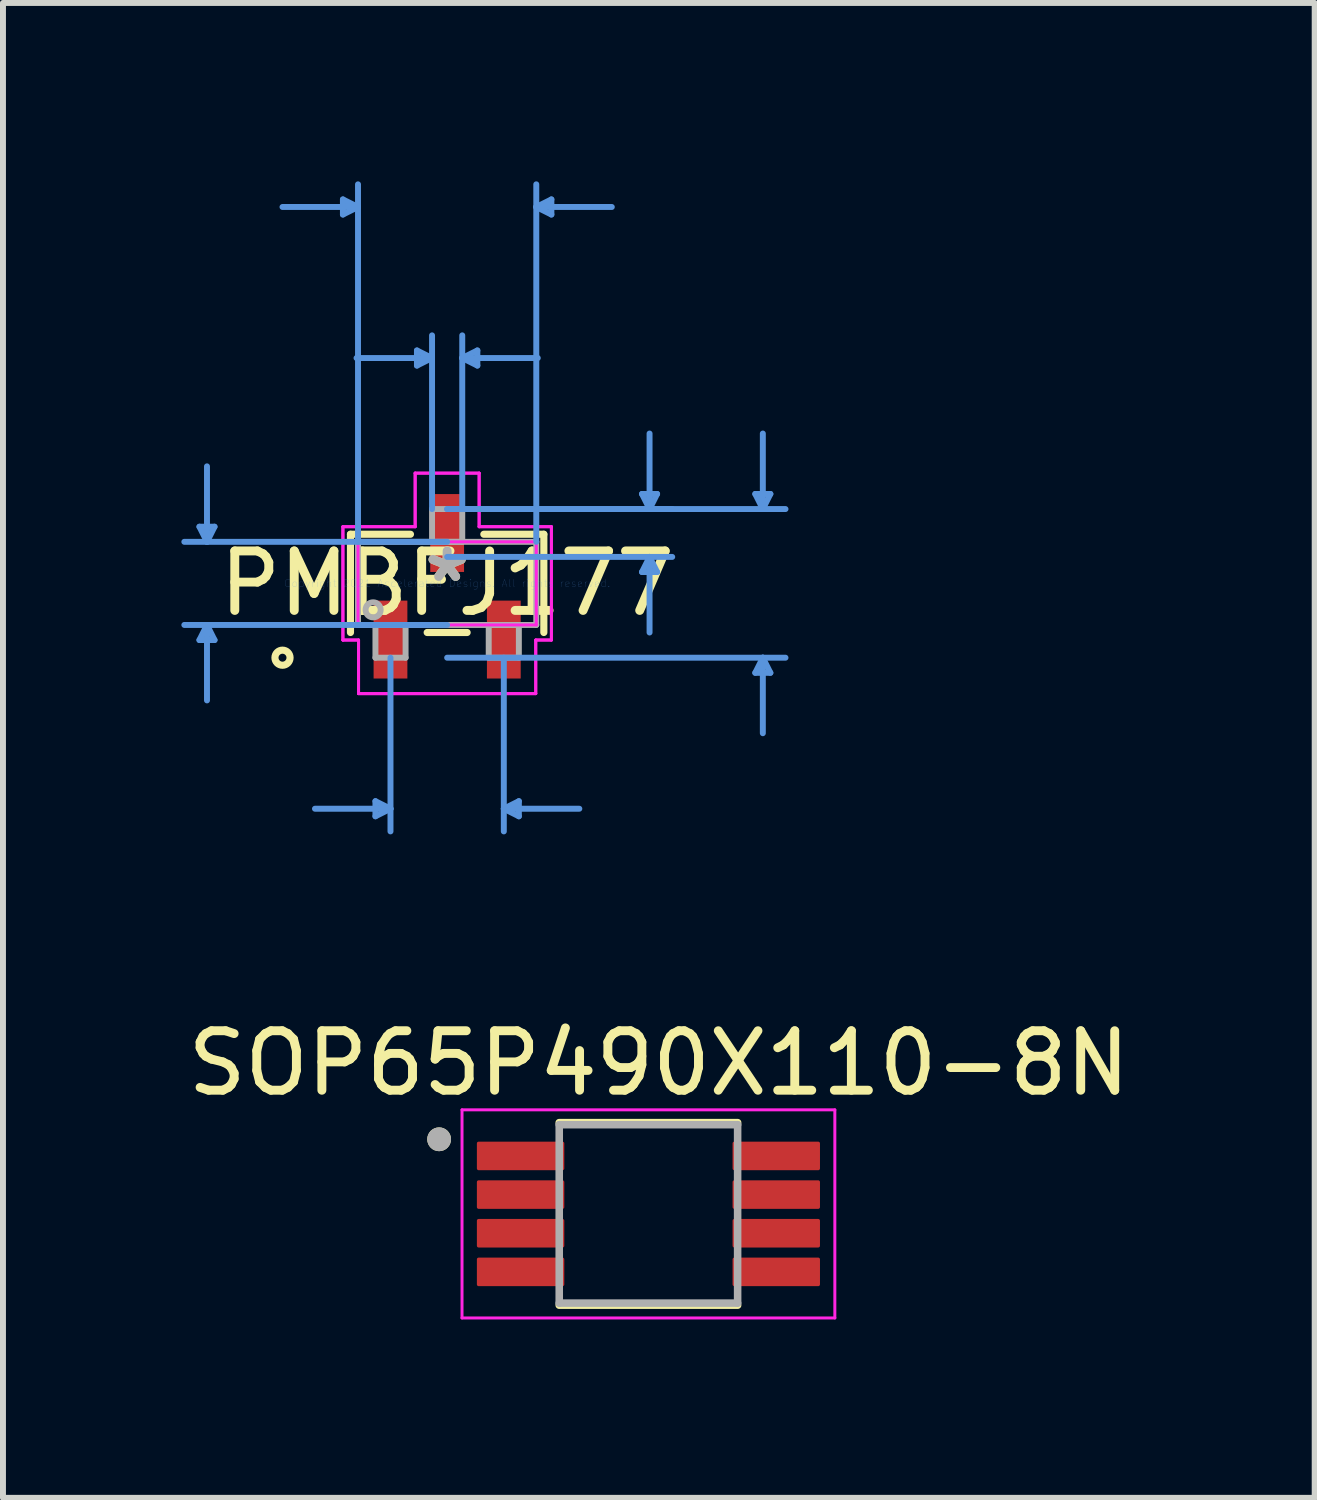
<source format=kicad_pcb>
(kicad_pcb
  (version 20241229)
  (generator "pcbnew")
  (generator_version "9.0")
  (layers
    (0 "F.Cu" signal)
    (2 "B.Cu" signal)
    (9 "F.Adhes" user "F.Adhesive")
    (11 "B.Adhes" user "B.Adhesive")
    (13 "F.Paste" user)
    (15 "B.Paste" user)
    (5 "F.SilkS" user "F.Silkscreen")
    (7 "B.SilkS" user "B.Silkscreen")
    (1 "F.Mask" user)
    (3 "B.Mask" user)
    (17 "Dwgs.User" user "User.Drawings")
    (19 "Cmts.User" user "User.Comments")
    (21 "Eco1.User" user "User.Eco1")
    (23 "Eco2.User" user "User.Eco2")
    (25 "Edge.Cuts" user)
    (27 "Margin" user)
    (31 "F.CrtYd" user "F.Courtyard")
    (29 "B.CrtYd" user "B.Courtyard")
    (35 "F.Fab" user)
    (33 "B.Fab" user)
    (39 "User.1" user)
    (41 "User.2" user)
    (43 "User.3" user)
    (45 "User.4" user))
  (footprint "SOP65P490X110-8N"
    (layer "F.Cu")
    (at 7.855 17.365)
    (property "Reference" "SOP65P490X110-8N" (at 0.175 -2.535 0) (layer "F.SilkS") (effects (font (size 1 1) (thickness 0.15))))
    (attr through_hole)
    (fp_line (start -1.5 -1.535) (end 1.5 -1.535) (stroke (width 0.127) (type solid)) (layer "F.SilkS"))
    (fp_line (start -1.5 1.535) (end 1.5 1.535) (stroke (width 0.127) (type solid)) (layer "F.SilkS"))
    (fp_circle (center -3.52 -1.255) (end -3.42 -1.255) (stroke (width 0.2) (type solid)) (fill no) (layer "F.SilkS"))
    (fp_line (start -3.135 -1.75) (end -3.135 1.75) (stroke (width 0.05) (type solid)) (layer "F.CrtYd"))
    (fp_line (start -3.135 -1.75) (end 3.135 -1.75) (stroke (width 0.05) (type solid)) (layer "F.CrtYd"))
    (fp_line (start -3.135 1.75) (end 3.135 1.75) (stroke (width 0.05) (type solid)) (layer "F.CrtYd"))
    (fp_line (start 3.135 -1.75) (end 3.135 1.75) (stroke (width 0.05) (type solid)) (layer "F.CrtYd"))
    (fp_line (start -1.5 -1.5) (end -1.5 1.5) (stroke (width 0.127) (type solid)) (layer "F.Fab"))
    (fp_line (start -1.5 -1.5) (end 1.5 -1.5) (stroke (width 0.127) (type solid)) (layer "F.Fab"))
    (fp_line (start -1.5 1.5) (end 1.5 1.5) (stroke (width 0.127) (type solid)) (layer "F.Fab"))
    (fp_line (start 1.5 -1.5) (end 1.5 1.5) (stroke (width 0.127) (type solid)) (layer "F.Fab"))
    (fp_circle (center -3.52 -1.255) (end -3.42 -1.255) (stroke (width 0.2) (type solid)) (fill no) (layer "F.Fab"))
    (pad "1" smd roundrect (at -2.15 -0.975) (size 1.47 0.48) (layers "F.Cu" "F.Mask" "F.Paste") (roundrect_rratio 0.06))
    (pad "2" smd roundrect (at -2.15 -0.325) (size 1.47 0.48) (layers "F.Cu" "F.Mask" "F.Paste") (roundrect_rratio 0.06))
    (pad "3" smd roundrect (at -2.15 0.325) (size 1.47 0.48) (layers "F.Cu" "F.Mask" "F.Paste") (roundrect_rratio 0.06))
    (pad "4" smd roundrect (at -2.15 0.975) (size 1.47 0.48) (layers "F.Cu" "F.Mask" "F.Paste") (roundrect_rratio 0.06))
    (pad "5" smd roundrect (at 2.15 0.975) (size 1.47 0.48) (layers "F.Cu" "F.Mask" "F.Paste") (roundrect_rratio 0.06))
    (pad "6" smd roundrect (at 2.15 0.325) (size 1.47 0.48) (layers "F.Cu" "F.Mask" "F.Paste") (roundrect_rratio 0.06))
    (pad "7" smd roundrect (at 2.15 -0.325) (size 1.47 0.48) (layers "F.Cu" "F.Mask" "F.Paste") (roundrect_rratio 0.06))
    (pad "8" smd roundrect (at 2.15 -0.975) (size 1.47 0.48) (layers "F.Cu" "F.Mask" "F.Paste") (roundrect_rratio 0.06)))
  (footprint "PMBFJ177"
    (layer "F.Cu")
    (at 4.47 6.761)
    (property "Reference" "PMBFJ177" (at 0 0 0) (layer "F.SilkS") (effects (font (size 1 1) (thickness 0.15))))
    (attr through_hole)
    (fp_line (start -1.626 -0.826) (end -1.626 0.826) (stroke (width 0.12) (type solid)) (layer "F.SilkS"))
    (fp_line (start -0.617 -0.826) (end -1.626 -0.826) (stroke (width 0.12) (type solid)) (layer "F.SilkS"))
    (fp_line (start -0.336 0.826) (end 0.336 0.826) (stroke (width 0.12) (type solid)) (layer "F.SilkS"))
    (fp_line (start 1.626 -0.826) (end 0.617 -0.826) (stroke (width 0.12) (type solid)) (layer "F.SilkS"))
    (fp_line (start 1.626 0.826) (end 1.626 -0.826) (stroke (width 0.12) (type solid)) (layer "F.SilkS"))
    (fp_circle (center -2.769 1.25) (end -2.642 1.25) (stroke (width 0.12) (type solid)) (fill no) (layer "F.SilkS"))
    (fp_line (start -4.166 -0.953) (end -3.912 -0.953) (stroke (width 0.1) (type solid)) (layer "Cmts.User"))
    (fp_line (start -4.166 0.953) (end -3.912 0.953) (stroke (width 0.1) (type solid)) (layer "Cmts.User"))
    (fp_line (start -4.039 -0.699) (end -4.166 -0.953) (stroke (width 0.1) (type solid)) (layer "Cmts.User"))
    (fp_line (start -4.039 -0.699) (end -4.039 -1.968) (stroke (width 0.1) (type solid)) (layer "Cmts.User"))
    (fp_line (start -4.039 -0.699) (end -3.912 -0.953) (stroke (width 0.1) (type solid)) (layer "Cmts.User"))
    (fp_line (start -4.039 0.699) (end -4.166 0.953) (stroke (width 0.1) (type solid)) (layer "Cmts.User"))
    (fp_line (start -4.039 0.699) (end -4.039 1.968) (stroke (width 0.1) (type solid)) (layer "Cmts.User"))
    (fp_line (start -4.039 0.699) (end -3.912 0.953) (stroke (width 0.1) (type solid)) (layer "Cmts.User"))
    (fp_line (start -1.753 -6.457) (end -1.753 -6.203) (stroke (width 0.1) (type solid)) (layer "Cmts.User"))
    (fp_line (start -1.499 -6.33) (end -2.769 -6.33) (stroke (width 0.1) (type solid)) (layer "Cmts.User"))
    (fp_line (start -1.499 -6.33) (end -1.753 -6.457) (stroke (width 0.1) (type solid)) (layer "Cmts.User"))
    (fp_line (start -1.499 -6.33) (end -1.753 -6.203) (stroke (width 0.1) (type solid)) (layer "Cmts.User"))
    (fp_line (start -1.499 -0.699) (end -1.499 -6.711) (stroke (width 0.1) (type solid)) (layer "Cmts.User"))
    (fp_line (start -1.206 3.663) (end -1.206 3.917) (stroke (width 0.1) (type solid)) (layer "Cmts.User"))
    (fp_line (start -0.953 1.25) (end -0.953 4.171) (stroke (width 0.1) (type solid)) (layer "Cmts.User"))
    (fp_line (start -0.953 3.79) (end -2.223 3.79) (stroke (width 0.1) (type solid)) (layer "Cmts.User"))
    (fp_line (start -0.953 3.79) (end -1.206 3.663) (stroke (width 0.1) (type solid)) (layer "Cmts.User"))
    (fp_line (start -0.953 3.79) (end -1.206 3.917) (stroke (width 0.1) (type solid)) (layer "Cmts.User"))
    (fp_line (start -0.508 -3.917) (end -0.508 -3.663) (stroke (width 0.1) (type solid)) (layer "Cmts.User"))
    (fp_line (start -0.254 -3.79) (end -1.524 -3.79) (stroke (width 0.1) (type solid)) (layer "Cmts.User"))
    (fp_line (start -0.254 -3.79) (end -0.508 -3.917) (stroke (width 0.1) (type solid)) (layer "Cmts.User"))
    (fp_line (start -0.254 -3.79) (end -0.508 -3.663) (stroke (width 0.1) (type solid)) (layer "Cmts.User"))
    (fp_line (start -0.254 -1.25) (end -0.254 -4.171) (stroke (width 0.1) (type solid)) (layer "Cmts.User"))
    (fp_line (start 0 -1.25) (end 3.785 -1.25) (stroke (width 0.1) (type solid)) (layer "Cmts.User"))
    (fp_line (start 0 -1.25) (end 5.69 -1.25) (stroke (width 0.1) (type solid)) (layer "Cmts.User"))
    (fp_line (start 0 -0.699) (end -4.42 -0.699) (stroke (width 0.1) (type solid)) (layer "Cmts.User"))
    (fp_line (start 0 -0.445) (end 3.785 -0.445) (stroke (width 0.1) (type solid)) (layer "Cmts.User"))
    (fp_line (start 0 0.699) (end -4.42 0.699) (stroke (width 0.1) (type solid)) (layer "Cmts.User"))
    (fp_line (start 0 1.25) (end 5.69 1.25) (stroke (width 0.1) (type solid)) (layer "Cmts.User"))
    (fp_line (start 0.254 -3.79) (end 0.508 -3.917) (stroke (width 0.1) (type solid)) (layer "Cmts.User"))
    (fp_line (start 0.254 -3.79) (end 0.508 -3.663) (stroke (width 0.1) (type solid)) (layer "Cmts.User"))
    (fp_line (start 0.254 -3.79) (end 1.524 -3.79) (stroke (width 0.1) (type solid)) (layer "Cmts.User"))
    (fp_line (start 0.254 -1.25) (end 0.254 -4.171) (stroke (width 0.1) (type solid)) (layer "Cmts.User"))
    (fp_line (start 0.508 -3.917) (end 0.508 -3.663) (stroke (width 0.1) (type solid)) (layer "Cmts.User"))
    (fp_line (start 0.953 1.25) (end 0.953 4.171) (stroke (width 0.1) (type solid)) (layer "Cmts.User"))
    (fp_line (start 0.953 3.79) (end 1.206 3.663) (stroke (width 0.1) (type solid)) (layer "Cmts.User"))
    (fp_line (start 0.953 3.79) (end 1.206 3.917) (stroke (width 0.1) (type solid)) (layer "Cmts.User"))
    (fp_line (start 0.953 3.79) (end 2.223 3.79) (stroke (width 0.1) (type solid)) (layer "Cmts.User"))
    (fp_line (start 1.206 3.663) (end 1.206 3.917) (stroke (width 0.1) (type solid)) (layer "Cmts.User"))
    (fp_line (start 1.499 -6.33) (end 1.753 -6.457) (stroke (width 0.1) (type solid)) (layer "Cmts.User"))
    (fp_line (start 1.499 -6.33) (end 1.753 -6.203) (stroke (width 0.1) (type solid)) (layer "Cmts.User"))
    (fp_line (start 1.499 -6.33) (end 2.769 -6.33) (stroke (width 0.1) (type solid)) (layer "Cmts.User"))
    (fp_line (start 1.499 -0.699) (end 1.499 -6.711) (stroke (width 0.1) (type solid)) (layer "Cmts.User"))
    (fp_line (start 1.753 -6.457) (end 1.753 -6.203) (stroke (width 0.1) (type solid)) (layer "Cmts.User"))
    (fp_line (start 3.277 -1.504) (end 3.531 -1.504) (stroke (width 0.1) (type solid)) (layer "Cmts.User"))
    (fp_line (start 3.277 -0.191) (end 3.531 -0.191) (stroke (width 0.1) (type solid)) (layer "Cmts.User"))
    (fp_line (start 3.404 -1.25) (end 3.277 -1.504) (stroke (width 0.1) (type solid)) (layer "Cmts.User"))
    (fp_line (start 3.404 -1.25) (end 3.404 -2.52) (stroke (width 0.1) (type solid)) (layer "Cmts.User"))
    (fp_line (start 3.404 -1.25) (end 3.531 -1.504) (stroke (width 0.1) (type solid)) (layer "Cmts.User"))
    (fp_line (start 3.404 -0.445) (end 3.277 -0.191) (stroke (width 0.1) (type solid)) (layer "Cmts.User"))
    (fp_line (start 3.404 -0.445) (end 3.404 0.826) (stroke (width 0.1) (type solid)) (layer "Cmts.User"))
    (fp_line (start 3.404 -0.445) (end 3.531 -0.191) (stroke (width 0.1) (type solid)) (layer "Cmts.User"))
    (fp_line (start 5.182 -1.504) (end 5.436 -1.504) (stroke (width 0.1) (type solid)) (layer "Cmts.User"))
    (fp_line (start 5.182 1.504) (end 5.436 1.504) (stroke (width 0.1) (type solid)) (layer "Cmts.User"))
    (fp_line (start 5.309 -1.25) (end 5.182 -1.504) (stroke (width 0.1) (type solid)) (layer "Cmts.User"))
    (fp_line (start 5.309 -1.25) (end 5.309 -2.52) (stroke (width 0.1) (type solid)) (layer "Cmts.User"))
    (fp_line (start 5.309 -1.25) (end 5.436 -1.504) (stroke (width 0.1) (type solid)) (layer "Cmts.User"))
    (fp_line (start 5.309 1.25) (end 5.182 1.504) (stroke (width 0.1) (type solid)) (layer "Cmts.User"))
    (fp_line (start 5.309 1.25) (end 5.309 2.52) (stroke (width 0.1) (type solid)) (layer "Cmts.User"))
    (fp_line (start 5.309 1.25) (end 5.436 1.504) (stroke (width 0.1) (type solid)) (layer "Cmts.User"))
    (fp_line (start -1.753 -0.953) (end -0.538 -0.953) (stroke (width 0.05) (type solid)) (layer "F.CrtYd"))
    (fp_line (start -1.753 -0.953) (end -0.538 -0.953) (stroke (width 0.05) (type solid)) (layer "F.CrtYd"))
    (fp_line (start -1.753 0.953) (end -1.753 -0.953) (stroke (width 0.05) (type solid)) (layer "F.CrtYd"))
    (fp_line (start -1.753 0.953) (end -1.753 -0.953) (stroke (width 0.05) (type solid)) (layer "F.CrtYd"))
    (fp_line (start -1.753 0.953) (end -1.49 0.953) (stroke (width 0.05) (type solid)) (layer "F.CrtYd"))
    (fp_line (start -1.499 -0.699) (end 1.499 -0.699) (stroke (width 0.05) (type solid)) (layer "F.CrtYd"))
    (fp_line (start -1.499 0.699) (end -1.499 -0.699) (stroke (width 0.05) (type solid)) (layer "F.CrtYd"))
    (fp_line (start -1.49 0.953) (end -1.753 0.953) (stroke (width 0.05) (type solid)) (layer "F.CrtYd"))
    (fp_line (start -1.49 0.953) (end -1.49 1.854) (stroke (width 0.05) (type solid)) (layer "F.CrtYd"))
    (fp_line (start -1.49 1.854) (end -1.49 0.953) (stroke (width 0.05) (type solid)) (layer "F.CrtYd"))
    (fp_line (start -1.49 1.854) (end 1.49 1.854) (stroke (width 0.05) (type solid)) (layer "F.CrtYd"))
    (fp_line (start -0.538 -1.854) (end 0.538 -1.854) (stroke (width 0.05) (type solid)) (layer "F.CrtYd"))
    (fp_line (start -0.538 -1.854) (end 0.538 -1.854) (stroke (width 0.05) (type solid)) (layer "F.CrtYd"))
    (fp_line (start -0.538 -0.953) (end -0.538 -1.854) (stroke (width 0.05) (type solid)) (layer "F.CrtYd"))
    (fp_line (start -0.538 -0.953) (end -0.538 -1.854) (stroke (width 0.05) (type solid)) (layer "F.CrtYd"))
    (fp_line (start 0.538 -1.854) (end 0.538 -0.953) (stroke (width 0.05) (type solid)) (layer "F.CrtYd"))
    (fp_line (start 0.538 -0.953) (end 0.538 -1.854) (stroke (width 0.05) (type solid)) (layer "F.CrtYd"))
    (fp_line (start 0.538 -0.953) (end 1.753 -0.953) (stroke (width 0.05) (type solid)) (layer "F.CrtYd"))
    (fp_line (start 1.49 0.953) (end 1.49 1.854) (stroke (width 0.05) (type solid)) (layer "F.CrtYd"))
    (fp_line (start 1.49 0.953) (end 1.49 1.854) (stroke (width 0.05) (type solid)) (layer "F.CrtYd"))
    (fp_line (start 1.49 1.854) (end -1.49 1.854) (stroke (width 0.05) (type solid)) (layer "F.CrtYd"))
    (fp_line (start 1.499 -0.699) (end 1.499 0.699) (stroke (width 0.05) (type solid)) (layer "F.CrtYd"))
    (fp_line (start 1.499 0.699) (end -1.499 0.699) (stroke (width 0.05) (type solid)) (layer "F.CrtYd"))
    (fp_line (start 1.753 -0.953) (end 0.538 -0.953) (stroke (width 0.05) (type solid)) (layer "F.CrtYd"))
    (fp_line (start 1.753 -0.953) (end 1.753 0.953) (stroke (width 0.05) (type solid)) (layer "F.CrtYd"))
    (fp_line (start 1.753 -0.953) (end 1.753 0.953) (stroke (width 0.05) (type solid)) (layer "F.CrtYd"))
    (fp_line (start 1.753 0.953) (end 1.49 0.953) (stroke (width 0.05) (type solid)) (layer "F.CrtYd"))
    (fp_line (start 1.753 0.953) (end 1.49 0.953) (stroke (width 0.05) (type solid)) (layer "F.CrtYd"))
    (fp_line (start -1.499 -0.699) (end -1.499 0.699) (stroke (width 0.1) (type solid)) (layer "F.Fab"))
    (fp_line (start -1.499 0.699) (end 1.499 0.699) (stroke (width 0.1) (type solid)) (layer "F.Fab"))
    (fp_line (start -1.206 0.699) (end -1.206 1.25) (stroke (width 0.1) (type solid)) (layer "F.Fab"))
    (fp_line (start -1.206 1.25) (end -0.699 1.25) (stroke (width 0.1) (type solid)) (layer "F.Fab"))
    (fp_line (start -0.699 0.699) (end -1.206 0.699) (stroke (width 0.1) (type solid)) (layer "F.Fab"))
    (fp_line (start -0.699 1.25) (end -0.699 0.699) (stroke (width 0.1) (type solid)) (layer "F.Fab"))
    (fp_line (start -0.254 -1.25) (end -0.254 -0.699) (stroke (width 0.1) (type solid)) (layer "F.Fab"))
    (fp_line (start -0.254 -0.699) (end 0.254 -0.699) (stroke (width 0.1) (type solid)) (layer "F.Fab"))
    (fp_line (start 0.254 -1.25) (end -0.254 -1.25) (stroke (width 0.1) (type solid)) (layer "F.Fab"))
    (fp_line (start 0.254 -0.699) (end 0.254 -1.25) (stroke (width 0.1) (type solid)) (layer "F.Fab"))
    (fp_line (start 0.699 0.699) (end 0.699 1.25) (stroke (width 0.1) (type solid)) (layer "F.Fab"))
    (fp_line (start 0.699 1.25) (end 1.206 1.25) (stroke (width 0.1) (type solid)) (layer "F.Fab"))
    (fp_line (start 1.206 0.699) (end 0.699 0.699) (stroke (width 0.1) (type solid)) (layer "F.Fab"))
    (fp_line (start 1.206 1.25) (end 1.206 0.699) (stroke (width 0.1) (type solid)) (layer "F.Fab"))
    (fp_line (start 1.499 -0.699) (end -1.499 -0.699) (stroke (width 0.1) (type solid)) (layer "F.Fab"))
    (fp_line (start 1.499 0.699) (end 1.499 -0.699) (stroke (width 0.1) (type solid)) (layer "F.Fab"))
    (fp_circle (center -1.245 0.445) (end -1.118 0.445) (stroke (width 0.1) (type solid)) (fill no) (layer "F.Fab"))
    (fp_text user "*" (at 0 0 0) (layer "F.SilkS") (effects (font (size 1 1) (thickness 0.15))))
    (fp_text user "Copyright 2021 Accelerated Designs. All rights reserved." (at 0 0 0) (layer "Cmts.User") (effects (font (size 0.127 0.127) (thickness 0.002))))
    (fp_text user "*" (at 0 0 0) (layer "F.Fab") (effects (font (size 1 1) (thickness 0.15))))
    (pad "1" smd rect (at -0.953 0.945) (size 0.568 1.31) (layers "F.Cu" "F.Mask" "F.Paste"))
    (pad "2" smd rect (at 0.953 0.945) (size 0.568 1.31) (layers "F.Cu" "F.Mask" "F.Paste"))
    (pad "3" smd rect (at 0 -0.847) (size 0.568 1.31) (layers "F.Cu" "F.Mask" "F.Paste")))
  (gr_rect
    (start -3 -3)
    (end 19.06 22.14)
    (stroke (width 0.1) (type default))
    (fill no)
    (layer "Edge.Cuts")))
</source>
